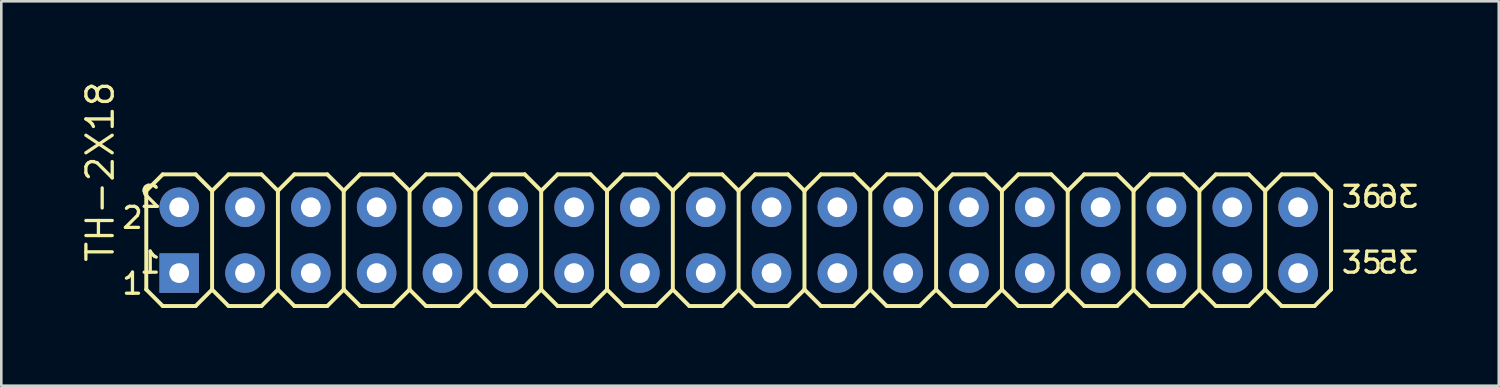
<source format=kicad_pcb>
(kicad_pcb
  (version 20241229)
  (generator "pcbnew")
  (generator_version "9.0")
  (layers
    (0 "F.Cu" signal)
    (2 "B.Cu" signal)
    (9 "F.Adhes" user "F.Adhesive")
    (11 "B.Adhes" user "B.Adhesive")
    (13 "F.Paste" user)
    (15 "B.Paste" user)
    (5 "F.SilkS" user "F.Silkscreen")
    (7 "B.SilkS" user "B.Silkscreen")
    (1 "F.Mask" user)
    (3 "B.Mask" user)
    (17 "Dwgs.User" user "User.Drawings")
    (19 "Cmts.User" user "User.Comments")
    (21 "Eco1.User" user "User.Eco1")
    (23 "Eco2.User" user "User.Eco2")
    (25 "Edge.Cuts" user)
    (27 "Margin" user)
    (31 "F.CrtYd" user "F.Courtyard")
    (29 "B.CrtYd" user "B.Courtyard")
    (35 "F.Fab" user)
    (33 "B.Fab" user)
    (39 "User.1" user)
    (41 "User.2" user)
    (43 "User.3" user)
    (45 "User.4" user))
  (footprint "TH-2X18"
    (layer "F.Cu")
    (at 25.455 6.219)
    (property "Reference" "TH-2X18" (at -24.638 -2.647 90) (layer "F.SilkS") (effects (font (size 1.016 1.016) (thickness 0.127))))
    (attr exclude_from_pos_files exclude_from_bom)
    (fp_line (start -22.86 -1.905) (end -22.225 -2.54) (stroke (width 0.152) (type solid)) (layer "F.SilkS"))
    (fp_line (start -22.86 1.905) (end -22.86 -1.905) (stroke (width 0.152) (type solid)) (layer "F.SilkS"))
    (fp_line (start -22.86 1.905) (end -22.225 2.54) (stroke (width 0.152) (type solid)) (layer "F.SilkS"))
    (fp_line (start -22.225 -2.54) (end -20.955 -2.54) (stroke (width 0.152) (type solid)) (layer "F.SilkS"))
    (fp_line (start -22.225 2.54) (end -20.955 2.54) (stroke (width 0.152) (type solid)) (layer "F.SilkS"))
    (fp_line (start -20.955 -2.54) (end -20.32 -1.905) (stroke (width 0.152) (type solid)) (layer "F.SilkS"))
    (fp_line (start -20.955 2.54) (end -20.32 1.905) (stroke (width 0.152) (type solid)) (layer "F.SilkS"))
    (fp_line (start -20.32 -1.905) (end -20.32 1.905) (stroke (width 0.152) (type solid)) (layer "F.SilkS"))
    (fp_line (start -20.32 -1.905) (end -19.685 -2.54) (stroke (width 0.152) (type solid)) (layer "F.SilkS"))
    (fp_line (start -20.32 1.905) (end -19.685 2.54) (stroke (width 0.152) (type solid)) (layer "F.SilkS"))
    (fp_line (start -19.685 -2.54) (end -18.415 -2.54) (stroke (width 0.152) (type solid)) (layer "F.SilkS"))
    (fp_line (start -19.685 2.54) (end -18.415 2.54) (stroke (width 0.152) (type solid)) (layer "F.SilkS"))
    (fp_line (start -18.415 -2.54) (end -17.78 -1.905) (stroke (width 0.152) (type solid)) (layer "F.SilkS"))
    (fp_line (start -18.415 2.54) (end -17.78 1.905) (stroke (width 0.152) (type solid)) (layer "F.SilkS"))
    (fp_line (start -17.78 -1.905) (end -17.78 1.905) (stroke (width 0.152) (type solid)) (layer "F.SilkS"))
    (fp_line (start -17.78 -1.905) (end -17.145 -2.54) (stroke (width 0.152) (type solid)) (layer "F.SilkS"))
    (fp_line (start -17.78 1.905) (end -17.145 2.54) (stroke (width 0.152) (type solid)) (layer "F.SilkS"))
    (fp_line (start -17.145 -2.54) (end -15.875 -2.54) (stroke (width 0.152) (type solid)) (layer "F.SilkS"))
    (fp_line (start -17.145 2.54) (end -15.875 2.54) (stroke (width 0.152) (type solid)) (layer "F.SilkS"))
    (fp_line (start -15.875 -2.54) (end -15.24 -1.905) (stroke (width 0.152) (type solid)) (layer "F.SilkS"))
    (fp_line (start -15.875 2.54) (end -15.24 1.905) (stroke (width 0.152) (type solid)) (layer "F.SilkS"))
    (fp_line (start -15.24 -1.905) (end -15.24 1.905) (stroke (width 0.152) (type solid)) (layer "F.SilkS"))
    (fp_line (start -15.24 -1.905) (end -14.605 -2.54) (stroke (width 0.152) (type solid)) (layer "F.SilkS"))
    (fp_line (start -15.24 1.905) (end -14.605 2.54) (stroke (width 0.152) (type solid)) (layer "F.SilkS"))
    (fp_line (start -14.605 -2.54) (end -13.335 -2.54) (stroke (width 0.152) (type solid)) (layer "F.SilkS"))
    (fp_line (start -14.605 2.54) (end -13.335 2.54) (stroke (width 0.152) (type solid)) (layer "F.SilkS"))
    (fp_line (start -13.335 -2.54) (end -12.7 -1.905) (stroke (width 0.152) (type solid)) (layer "F.SilkS"))
    (fp_line (start -13.335 2.54) (end -12.7 1.905) (stroke (width 0.152) (type solid)) (layer "F.SilkS"))
    (fp_line (start -12.7 -1.905) (end -12.7 1.905) (stroke (width 0.152) (type solid)) (layer "F.SilkS"))
    (fp_line (start -12.7 -1.905) (end -12.065 -2.54) (stroke (width 0.152) (type solid)) (layer "F.SilkS"))
    (fp_line (start -12.7 1.905) (end -12.065 2.54) (stroke (width 0.152) (type solid)) (layer "F.SilkS"))
    (fp_line (start -12.065 -2.54) (end -10.795 -2.54) (stroke (width 0.152) (type solid)) (layer "F.SilkS"))
    (fp_line (start -12.065 2.54) (end -10.795 2.54) (stroke (width 0.152) (type solid)) (layer "F.SilkS"))
    (fp_line (start -10.795 -2.54) (end -10.16 -1.905) (stroke (width 0.152) (type solid)) (layer "F.SilkS"))
    (fp_line (start -10.795 2.54) (end -10.16 1.905) (stroke (width 0.152) (type solid)) (layer "F.SilkS"))
    (fp_line (start -10.16 -1.905) (end -10.16 1.905) (stroke (width 0.152) (type solid)) (layer "F.SilkS"))
    (fp_line (start -10.16 -1.905) (end -9.525 -2.54) (stroke (width 0.152) (type solid)) (layer "F.SilkS"))
    (fp_line (start -10.16 1.905) (end -9.525 2.54) (stroke (width 0.152) (type solid)) (layer "F.SilkS"))
    (fp_line (start -9.525 -2.54) (end -8.255 -2.54) (stroke (width 0.152) (type solid)) (layer "F.SilkS"))
    (fp_line (start -9.525 2.54) (end -8.255 2.54) (stroke (width 0.152) (type solid)) (layer "F.SilkS"))
    (fp_line (start -8.255 -2.54) (end -7.62 -1.905) (stroke (width 0.152) (type solid)) (layer "F.SilkS"))
    (fp_line (start -8.255 2.54) (end -7.62 1.905) (stroke (width 0.152) (type solid)) (layer "F.SilkS"))
    (fp_line (start -7.62 -1.905) (end -7.62 1.905) (stroke (width 0.152) (type solid)) (layer "F.SilkS"))
    (fp_line (start -7.62 -1.905) (end -6.985 -2.54) (stroke (width 0.152) (type solid)) (layer "F.SilkS"))
    (fp_line (start -7.62 1.905) (end -6.985 2.54) (stroke (width 0.152) (type solid)) (layer "F.SilkS"))
    (fp_line (start -6.985 -2.54) (end -5.715 -2.54) (stroke (width 0.152) (type solid)) (layer "F.SilkS"))
    (fp_line (start -5.715 -2.54) (end -5.08 -1.905) (stroke (width 0.152) (type solid)) (layer "F.SilkS"))
    (fp_line (start -5.715 2.54) (end -6.985 2.54) (stroke (width 0.152) (type solid)) (layer "F.SilkS"))
    (fp_line (start -5.08 -1.905) (end -5.08 1.905) (stroke (width 0.152) (type solid)) (layer "F.SilkS"))
    (fp_line (start -5.08 -1.905) (end -4.445 -2.54) (stroke (width 0.152) (type solid)) (layer "F.SilkS"))
    (fp_line (start -5.08 1.905) (end -5.715 2.54) (stroke (width 0.152) (type solid)) (layer "F.SilkS"))
    (fp_line (start -5.08 1.905) (end -4.445 2.54) (stroke (width 0.152) (type solid)) (layer "F.SilkS"))
    (fp_line (start -4.445 -2.54) (end -3.175 -2.54) (stroke (width 0.152) (type solid)) (layer "F.SilkS"))
    (fp_line (start -3.175 -2.54) (end -2.54 -1.905) (stroke (width 0.152) (type solid)) (layer "F.SilkS"))
    (fp_line (start -3.175 2.54) (end -4.445 2.54) (stroke (width 0.152) (type solid)) (layer "F.SilkS"))
    (fp_line (start -2.54 -1.905) (end -2.54 1.905) (stroke (width 0.152) (type solid)) (layer "F.SilkS"))
    (fp_line (start -2.54 -1.905) (end -1.905 -2.54) (stroke (width 0.152) (type solid)) (layer "F.SilkS"))
    (fp_line (start -2.54 1.905) (end -3.175 2.54) (stroke (width 0.152) (type solid)) (layer "F.SilkS"))
    (fp_line (start -2.54 1.905) (end -1.905 2.54) (stroke (width 0.152) (type solid)) (layer "F.SilkS"))
    (fp_line (start -1.905 -2.54) (end -0.635 -2.54) (stroke (width 0.152) (type solid)) (layer "F.SilkS"))
    (fp_line (start -0.635 -2.54) (end 0 -1.905) (stroke (width 0.152) (type solid)) (layer "F.SilkS"))
    (fp_line (start -0.635 2.54) (end -1.905 2.54) (stroke (width 0.152) (type solid)) (layer "F.SilkS"))
    (fp_line (start 0 -1.905) (end 0 1.905) (stroke (width 0.152) (type solid)) (layer "F.SilkS"))
    (fp_line (start 0 -1.905) (end 0.635 -2.54) (stroke (width 0.152) (type solid)) (layer "F.SilkS"))
    (fp_line (start 0 1.905) (end -0.635 2.54) (stroke (width 0.152) (type solid)) (layer "F.SilkS"))
    (fp_line (start 0 1.905) (end 0.635 2.54) (stroke (width 0.152) (type solid)) (layer "F.SilkS"))
    (fp_line (start 0.635 -2.54) (end 1.905 -2.54) (stroke (width 0.152) (type solid)) (layer "F.SilkS"))
    (fp_line (start 1.905 -2.54) (end 2.54 -1.905) (stroke (width 0.152) (type solid)) (layer "F.SilkS"))
    (fp_line (start 1.905 2.54) (end 0.635 2.54) (stroke (width 0.152) (type solid)) (layer "F.SilkS"))
    (fp_line (start 2.54 -1.905) (end 2.54 1.905) (stroke (width 0.152) (type solid)) (layer "F.SilkS"))
    (fp_line (start 2.54 -1.905) (end 3.175 -2.54) (stroke (width 0.152) (type solid)) (layer "F.SilkS"))
    (fp_line (start 2.54 1.905) (end 1.905 2.54) (stroke (width 0.152) (type solid)) (layer "F.SilkS"))
    (fp_line (start 2.54 1.905) (end 3.175 2.54) (stroke (width 0.152) (type solid)) (layer "F.SilkS"))
    (fp_line (start 3.175 -2.54) (end 4.445 -2.54) (stroke (width 0.152) (type solid)) (layer "F.SilkS"))
    (fp_line (start 4.445 -2.54) (end 5.08 -1.905) (stroke (width 0.152) (type solid)) (layer "F.SilkS"))
    (fp_line (start 4.445 2.54) (end 3.175 2.54) (stroke (width 0.152) (type solid)) (layer "F.SilkS"))
    (fp_line (start 5.08 -1.905) (end 5.08 1.905) (stroke (width 0.152) (type solid)) (layer "F.SilkS"))
    (fp_line (start 5.08 -1.905) (end 5.715 -2.54) (stroke (width 0.152) (type solid)) (layer "F.SilkS"))
    (fp_line (start 5.08 1.905) (end 4.445 2.54) (stroke (width 0.152) (type solid)) (layer "F.SilkS"))
    (fp_line (start 5.08 1.905) (end 5.715 2.54) (stroke (width 0.152) (type solid)) (layer "F.SilkS"))
    (fp_line (start 5.715 -2.54) (end 6.985 -2.54) (stroke (width 0.152) (type solid)) (layer "F.SilkS"))
    (fp_line (start 6.985 2.54) (end 5.715 2.54) (stroke (width 0.152) (type solid)) (layer "F.SilkS"))
    (fp_line (start 7.62 -1.905) (end 6.985 -2.54) (stroke (width 0.152) (type solid)) (layer "F.SilkS"))
    (fp_line (start 7.62 -1.905) (end 7.62 1.905) (stroke (width 0.152) (type solid)) (layer "F.SilkS"))
    (fp_line (start 7.62 -1.905) (end 8.255 -2.54) (stroke (width 0.152) (type solid)) (layer "F.SilkS"))
    (fp_line (start 7.62 1.905) (end 6.985 2.54) (stroke (width 0.152) (type solid)) (layer "F.SilkS"))
    (fp_line (start 7.62 1.905) (end 8.255 2.54) (stroke (width 0.152) (type solid)) (layer "F.SilkS"))
    (fp_line (start 9.525 -2.54) (end 8.255 -2.54) (stroke (width 0.152) (type solid)) (layer "F.SilkS"))
    (fp_line (start 9.525 -2.54) (end 10.16 -1.905) (stroke (width 0.152) (type solid)) (layer "F.SilkS"))
    (fp_line (start 9.525 2.54) (end 8.255 2.54) (stroke (width 0.152) (type solid)) (layer "F.SilkS"))
    (fp_line (start 10.16 -1.905) (end 10.16 1.905) (stroke (width 0.152) (type solid)) (layer "F.SilkS"))
    (fp_line (start 10.16 -1.905) (end 10.795 -2.54) (stroke (width 0.152) (type solid)) (layer "F.SilkS"))
    (fp_line (start 10.16 1.905) (end 9.525 2.54) (stroke (width 0.152) (type solid)) (layer "F.SilkS"))
    (fp_line (start 10.16 1.905) (end 10.795 2.54) (stroke (width 0.152) (type solid)) (layer "F.SilkS"))
    (fp_line (start 12.065 -2.54) (end 10.795 -2.54) (stroke (width 0.152) (type solid)) (layer "F.SilkS"))
    (fp_line (start 12.065 -2.54) (end 12.7 -1.905) (stroke (width 0.152) (type solid)) (layer "F.SilkS"))
    (fp_line (start 12.065 2.54) (end 10.795 2.54) (stroke (width 0.152) (type solid)) (layer "F.SilkS"))
    (fp_line (start 12.7 -1.905) (end 12.7 1.905) (stroke (width 0.152) (type solid)) (layer "F.SilkS"))
    (fp_line (start 12.7 -1.905) (end 13.335 -2.54) (stroke (width 0.152) (type solid)) (layer "F.SilkS"))
    (fp_line (start 12.7 1.905) (end 12.065 2.54) (stroke (width 0.152) (type solid)) (layer "F.SilkS"))
    (fp_line (start 13.335 2.54) (end 12.7 1.905) (stroke (width 0.152) (type solid)) (layer "F.SilkS"))
    (fp_line (start 13.335 2.54) (end 14.605 2.54) (stroke (width 0.152) (type solid)) (layer "F.SilkS"))
    (fp_line (start 14.605 -2.54) (end 13.335 -2.54) (stroke (width 0.152) (type solid)) (layer "F.SilkS"))
    (fp_line (start 14.605 -2.54) (end 15.24 -1.905) (stroke (width 0.152) (type solid)) (layer "F.SilkS"))
    (fp_line (start 15.24 -1.905) (end 15.24 1.905) (stroke (width 0.152) (type solid)) (layer "F.SilkS"))
    (fp_line (start 15.24 -1.905) (end 15.875 -2.54) (stroke (width 0.152) (type solid)) (layer "F.SilkS"))
    (fp_line (start 15.24 1.905) (end 14.605 2.54) (stroke (width 0.152) (type solid)) (layer "F.SilkS"))
    (fp_line (start 15.875 2.54) (end 15.24 1.905) (stroke (width 0.152) (type solid)) (layer "F.SilkS"))
    (fp_line (start 15.875 2.54) (end 17.145 2.54) (stroke (width 0.152) (type solid)) (layer "F.SilkS"))
    (fp_line (start 17.145 -2.54) (end 15.875 -2.54) (stroke (width 0.152) (type solid)) (layer "F.SilkS"))
    (fp_line (start 17.145 -2.54) (end 17.78 -1.905) (stroke (width 0.152) (type solid)) (layer "F.SilkS"))
    (fp_line (start 17.78 -1.905) (end 17.78 1.905) (stroke (width 0.152) (type solid)) (layer "F.SilkS"))
    (fp_line (start 17.78 -1.905) (end 18.415 -2.54) (stroke (width 0.152) (type solid)) (layer "F.SilkS"))
    (fp_line (start 17.78 1.905) (end 17.145 2.54) (stroke (width 0.152) (type solid)) (layer "F.SilkS"))
    (fp_line (start 17.78 1.905) (end 18.415 2.54) (stroke (width 0.152) (type solid)) (layer "F.SilkS"))
    (fp_line (start 19.685 -2.54) (end 18.415 -2.54) (stroke (width 0.152) (type solid)) (layer "F.SilkS"))
    (fp_line (start 19.685 -2.54) (end 20.32 -1.905) (stroke (width 0.152) (type solid)) (layer "F.SilkS"))
    (fp_line (start 19.685 2.54) (end 18.415 2.54) (stroke (width 0.152) (type solid)) (layer "F.SilkS"))
    (fp_line (start 20.32 -1.905) (end 20.32 1.905) (stroke (width 0.152) (type solid)) (layer "F.SilkS"))
    (fp_line (start 20.32 -1.905) (end 20.955 -2.54) (stroke (width 0.152) (type solid)) (layer "F.SilkS"))
    (fp_line (start 20.32 1.905) (end 19.685 2.54) (stroke (width 0.152) (type solid)) (layer "F.SilkS"))
    (fp_line (start 20.32 1.905) (end 20.955 2.54) (stroke (width 0.152) (type solid)) (layer "F.SilkS"))
    (fp_line (start 22.225 -2.54) (end 20.955 -2.54) (stroke (width 0.152) (type solid)) (layer "F.SilkS"))
    (fp_line (start 22.225 -2.54) (end 22.86 -1.905) (stroke (width 0.152) (type solid)) (layer "F.SilkS"))
    (fp_line (start 22.225 2.54) (end 20.955 2.54) (stroke (width 0.152) (type solid)) (layer "F.SilkS"))
    (fp_line (start 22.86 -1.905) (end 22.86 1.905) (stroke (width 0.152) (type solid)) (layer "F.SilkS"))
    (fp_line (start 22.86 1.905) (end 22.225 2.54) (stroke (width 0.152) (type solid)) (layer "F.SilkS"))
    (fp_line (start -21.844 -1.524) (end -21.336 -1.524) (stroke (width 0.066) (type solid)) (layer "Dwgs.User"))
    (fp_line (start -21.844 -1.016) (end -21.844 -1.524) (stroke (width 0.066) (type solid)) (layer "Dwgs.User"))
    (fp_line (start -21.844 -1.016) (end -21.336 -1.016) (stroke (width 0.066) (type solid)) (layer "Dwgs.User"))
    (fp_line (start -21.844 1.016) (end -21.336 1.016) (stroke (width 0.066) (type solid)) (layer "Dwgs.User"))
    (fp_line (start -21.844 1.524) (end -21.844 1.016) (stroke (width 0.066) (type solid)) (layer "Dwgs.User"))
    (fp_line (start -21.844 1.524) (end -21.336 1.524) (stroke (width 0.066) (type solid)) (layer "Dwgs.User"))
    (fp_line (start -21.336 -1.016) (end -21.336 -1.524) (stroke (width 0.066) (type solid)) (layer "Dwgs.User"))
    (fp_line (start -21.336 1.524) (end -21.336 1.016) (stroke (width 0.066) (type solid)) (layer "Dwgs.User"))
    (fp_line (start -19.304 -1.524) (end -18.796 -1.524) (stroke (width 0.066) (type solid)) (layer "Dwgs.User"))
    (fp_line (start -19.304 -1.016) (end -19.304 -1.524) (stroke (width 0.066) (type solid)) (layer "Dwgs.User"))
    (fp_line (start -19.304 -1.016) (end -18.796 -1.016) (stroke (width 0.066) (type solid)) (layer "Dwgs.User"))
    (fp_line (start -19.304 1.016) (end -18.796 1.016) (stroke (width 0.066) (type solid)) (layer "Dwgs.User"))
    (fp_line (start -19.304 1.524) (end -19.304 1.016) (stroke (width 0.066) (type solid)) (layer "Dwgs.User"))
    (fp_line (start -19.304 1.524) (end -18.796 1.524) (stroke (width 0.066) (type solid)) (layer "Dwgs.User"))
    (fp_line (start -18.796 -1.016) (end -18.796 -1.524) (stroke (width 0.066) (type solid)) (layer "Dwgs.User"))
    (fp_line (start -18.796 1.524) (end -18.796 1.016) (stroke (width 0.066) (type solid)) (layer "Dwgs.User"))
    (fp_line (start -16.764 -1.524) (end -16.256 -1.524) (stroke (width 0.066) (type solid)) (layer "Dwgs.User"))
    (fp_line (start -16.764 -1.016) (end -16.764 -1.524) (stroke (width 0.066) (type solid)) (layer "Dwgs.User"))
    (fp_line (start -16.764 -1.016) (end -16.256 -1.016) (stroke (width 0.066) (type solid)) (layer "Dwgs.User"))
    (fp_line (start -16.764 1.016) (end -16.256 1.016) (stroke (width 0.066) (type solid)) (layer "Dwgs.User"))
    (fp_line (start -16.764 1.524) (end -16.764 1.016) (stroke (width 0.066) (type solid)) (layer "Dwgs.User"))
    (fp_line (start -16.764 1.524) (end -16.256 1.524) (stroke (width 0.066) (type solid)) (layer "Dwgs.User"))
    (fp_line (start -16.256 -1.016) (end -16.256 -1.524) (stroke (width 0.066) (type solid)) (layer "Dwgs.User"))
    (fp_line (start -16.256 1.524) (end -16.256 1.016) (stroke (width 0.066) (type solid)) (layer "Dwgs.User"))
    (fp_line (start -14.224 -1.524) (end -13.716 -1.524) (stroke (width 0.066) (type solid)) (layer "Dwgs.User"))
    (fp_line (start -14.224 -1.016) (end -14.224 -1.524) (stroke (width 0.066) (type solid)) (layer "Dwgs.User"))
    (fp_line (start -14.224 -1.016) (end -13.716 -1.016) (stroke (width 0.066) (type solid)) (layer "Dwgs.User"))
    (fp_line (start -14.224 1.016) (end -13.716 1.016) (stroke (width 0.066) (type solid)) (layer "Dwgs.User"))
    (fp_line (start -14.224 1.524) (end -14.224 1.016) (stroke (width 0.066) (type solid)) (layer "Dwgs.User"))
    (fp_line (start -14.224 1.524) (end -13.716 1.524) (stroke (width 0.066) (type solid)) (layer "Dwgs.User"))
    (fp_line (start -13.716 -1.016) (end -13.716 -1.524) (stroke (width 0.066) (type solid)) (layer "Dwgs.User"))
    (fp_line (start -13.716 1.524) (end -13.716 1.016) (stroke (width 0.066) (type solid)) (layer "Dwgs.User"))
    (fp_line (start -11.684 -1.524) (end -11.176 -1.524) (stroke (width 0.066) (type solid)) (layer "Dwgs.User"))
    (fp_line (start -11.684 -1.016) (end -11.684 -1.524) (stroke (width 0.066) (type solid)) (layer "Dwgs.User"))
    (fp_line (start -11.684 -1.016) (end -11.176 -1.016) (stroke (width 0.066) (type solid)) (layer "Dwgs.User"))
    (fp_line (start -11.684 1.016) (end -11.176 1.016) (stroke (width 0.066) (type solid)) (layer "Dwgs.User"))
    (fp_line (start -11.684 1.524) (end -11.684 1.016) (stroke (width 0.066) (type solid)) (layer "Dwgs.User"))
    (fp_line (start -11.684 1.524) (end -11.176 1.524) (stroke (width 0.066) (type solid)) (layer "Dwgs.User"))
    (fp_line (start -11.176 -1.016) (end -11.176 -1.524) (stroke (width 0.066) (type solid)) (layer "Dwgs.User"))
    (fp_line (start -11.176 1.524) (end -11.176 1.016) (stroke (width 0.066) (type solid)) (layer "Dwgs.User"))
    (fp_line (start -9.144 -1.524) (end -8.636 -1.524) (stroke (width 0.066) (type solid)) (layer "Dwgs.User"))
    (fp_line (start -9.144 -1.016) (end -9.144 -1.524) (stroke (width 0.066) (type solid)) (layer "Dwgs.User"))
    (fp_line (start -9.144 -1.016) (end -8.636 -1.016) (stroke (width 0.066) (type solid)) (layer "Dwgs.User"))
    (fp_line (start -9.144 1.016) (end -8.636 1.016) (stroke (width 0.066) (type solid)) (layer "Dwgs.User"))
    (fp_line (start -9.144 1.524) (end -9.144 1.016) (stroke (width 0.066) (type solid)) (layer "Dwgs.User"))
    (fp_line (start -9.144 1.524) (end -8.636 1.524) (stroke (width 0.066) (type solid)) (layer "Dwgs.User"))
    (fp_line (start -8.636 -1.016) (end -8.636 -1.524) (stroke (width 0.066) (type solid)) (layer "Dwgs.User"))
    (fp_line (start -8.636 1.524) (end -8.636 1.016) (stroke (width 0.066) (type solid)) (layer "Dwgs.User"))
    (fp_line (start -6.604 -1.524) (end -6.096 -1.524) (stroke (width 0.066) (type solid)) (layer "Dwgs.User"))
    (fp_line (start -6.604 -1.016) (end -6.604 -1.524) (stroke (width 0.066) (type solid)) (layer "Dwgs.User"))
    (fp_line (start -6.604 -1.016) (end -6.096 -1.016) (stroke (width 0.066) (type solid)) (layer "Dwgs.User"))
    (fp_line (start -6.604 1.016) (end -6.096 1.016) (stroke (width 0.066) (type solid)) (layer "Dwgs.User"))
    (fp_line (start -6.604 1.524) (end -6.604 1.016) (stroke (width 0.066) (type solid)) (layer "Dwgs.User"))
    (fp_line (start -6.604 1.524) (end -6.096 1.524) (stroke (width 0.066) (type solid)) (layer "Dwgs.User"))
    (fp_line (start -6.096 -1.016) (end -6.096 -1.524) (stroke (width 0.066) (type solid)) (layer "Dwgs.User"))
    (fp_line (start -6.096 1.524) (end -6.096 1.016) (stroke (width 0.066) (type solid)) (layer "Dwgs.User"))
    (fp_line (start -4.064 -1.524) (end -3.556 -1.524) (stroke (width 0.066) (type solid)) (layer "Dwgs.User"))
    (fp_line (start -4.064 -1.016) (end -4.064 -1.524) (stroke (width 0.066) (type solid)) (layer "Dwgs.User"))
    (fp_line (start -4.064 -1.016) (end -3.556 -1.016) (stroke (width 0.066) (type solid)) (layer "Dwgs.User"))
    (fp_line (start -4.064 1.016) (end -3.556 1.016) (stroke (width 0.066) (type solid)) (layer "Dwgs.User"))
    (fp_line (start -4.064 1.524) (end -4.064 1.016) (stroke (width 0.066) (type solid)) (layer "Dwgs.User"))
    (fp_line (start -4.064 1.524) (end -3.556 1.524) (stroke (width 0.066) (type solid)) (layer "Dwgs.User"))
    (fp_line (start -3.556 -1.016) (end -3.556 -1.524) (stroke (width 0.066) (type solid)) (layer "Dwgs.User"))
    (fp_line (start -3.556 1.524) (end -3.556 1.016) (stroke (width 0.066) (type solid)) (layer "Dwgs.User"))
    (fp_line (start -1.524 -1.524) (end -1.016 -1.524) (stroke (width 0.066) (type solid)) (layer "Dwgs.User"))
    (fp_line (start -1.524 -1.016) (end -1.524 -1.524) (stroke (width 0.066) (type solid)) (layer "Dwgs.User"))
    (fp_line (start -1.524 -1.016) (end -1.016 -1.016) (stroke (width 0.066) (type solid)) (layer "Dwgs.User"))
    (fp_line (start -1.524 1.016) (end -1.016 1.016) (stroke (width 0.066) (type solid)) (layer "Dwgs.User"))
    (fp_line (start -1.524 1.524) (end -1.524 1.016) (stroke (width 0.066) (type solid)) (layer "Dwgs.User"))
    (fp_line (start -1.524 1.524) (end -1.016 1.524) (stroke (width 0.066) (type solid)) (layer "Dwgs.User"))
    (fp_line (start -1.016 -1.016) (end -1.016 -1.524) (stroke (width 0.066) (type solid)) (layer "Dwgs.User"))
    (fp_line (start -1.016 1.524) (end -1.016 1.016) (stroke (width 0.066) (type solid)) (layer "Dwgs.User"))
    (fp_line (start 1.016 -1.524) (end 1.524 -1.524) (stroke (width 0.066) (type solid)) (layer "Dwgs.User"))
    (fp_line (start 1.016 -1.016) (end 1.016 -1.524) (stroke (width 0.066) (type solid)) (layer "Dwgs.User"))
    (fp_line (start 1.016 -1.016) (end 1.524 -1.016) (stroke (width 0.066) (type solid)) (layer "Dwgs.User"))
    (fp_line (start 1.016 1.016) (end 1.524 1.016) (stroke (width 0.066) (type solid)) (layer "Dwgs.User"))
    (fp_line (start 1.016 1.524) (end 1.016 1.016) (stroke (width 0.066) (type solid)) (layer "Dwgs.User"))
    (fp_line (start 1.016 1.524) (end 1.524 1.524) (stroke (width 0.066) (type solid)) (layer "Dwgs.User"))
    (fp_line (start 1.524 -1.016) (end 1.524 -1.524) (stroke (width 0.066) (type solid)) (layer "Dwgs.User"))
    (fp_line (start 1.524 1.524) (end 1.524 1.016) (stroke (width 0.066) (type solid)) (layer "Dwgs.User"))
    (fp_line (start 3.556 -1.524) (end 4.064 -1.524) (stroke (width 0.066) (type solid)) (layer "Dwgs.User"))
    (fp_line (start 3.556 -1.016) (end 3.556 -1.524) (stroke (width 0.066) (type solid)) (layer "Dwgs.User"))
    (fp_line (start 3.556 -1.016) (end 4.064 -1.016) (stroke (width 0.066) (type solid)) (layer "Dwgs.User"))
    (fp_line (start 3.556 1.016) (end 4.064 1.016) (stroke (width 0.066) (type solid)) (layer "Dwgs.User"))
    (fp_line (start 3.556 1.524) (end 3.556 1.016) (stroke (width 0.066) (type solid)) (layer "Dwgs.User"))
    (fp_line (start 3.556 1.524) (end 4.064 1.524) (stroke (width 0.066) (type solid)) (layer "Dwgs.User"))
    (fp_line (start 4.064 -1.016) (end 4.064 -1.524) (stroke (width 0.066) (type solid)) (layer "Dwgs.User"))
    (fp_line (start 4.064 1.524) (end 4.064 1.016) (stroke (width 0.066) (type solid)) (layer "Dwgs.User"))
    (fp_line (start 6.096 -1.524) (end 6.604 -1.524) (stroke (width 0.066) (type solid)) (layer "Dwgs.User"))
    (fp_line (start 6.096 -1.016) (end 6.096 -1.524) (stroke (width 0.066) (type solid)) (layer "Dwgs.User"))
    (fp_line (start 6.096 -1.016) (end 6.604 -1.016) (stroke (width 0.066) (type solid)) (layer "Dwgs.User"))
    (fp_line (start 6.096 1.016) (end 6.604 1.016) (stroke (width 0.066) (type solid)) (layer "Dwgs.User"))
    (fp_line (start 6.096 1.524) (end 6.096 1.016) (stroke (width 0.066) (type solid)) (layer "Dwgs.User"))
    (fp_line (start 6.096 1.524) (end 6.604 1.524) (stroke (width 0.066) (type solid)) (layer "Dwgs.User"))
    (fp_line (start 6.604 -1.016) (end 6.604 -1.524) (stroke (width 0.066) (type solid)) (layer "Dwgs.User"))
    (fp_line (start 6.604 1.524) (end 6.604 1.016) (stroke (width 0.066) (type solid)) (layer "Dwgs.User"))
    (fp_line (start 8.636 -1.524) (end 9.144 -1.524) (stroke (width 0.066) (type solid)) (layer "Dwgs.User"))
    (fp_line (start 8.636 -1.016) (end 8.636 -1.524) (stroke (width 0.066) (type solid)) (layer "Dwgs.User"))
    (fp_line (start 8.636 -1.016) (end 9.144 -1.016) (stroke (width 0.066) (type solid)) (layer "Dwgs.User"))
    (fp_line (start 8.636 1.016) (end 9.144 1.016) (stroke (width 0.066) (type solid)) (layer "Dwgs.User"))
    (fp_line (start 8.636 1.524) (end 8.636 1.016) (stroke (width 0.066) (type solid)) (layer "Dwgs.User"))
    (fp_line (start 8.636 1.524) (end 9.144 1.524) (stroke (width 0.066) (type solid)) (layer "Dwgs.User"))
    (fp_line (start 9.144 -1.016) (end 9.144 -1.524) (stroke (width 0.066) (type solid)) (layer "Dwgs.User"))
    (fp_line (start 9.144 1.524) (end 9.144 1.016) (stroke (width 0.066) (type solid)) (layer "Dwgs.User"))
    (fp_line (start 11.176 -1.524) (end 11.684 -1.524) (stroke (width 0.066) (type solid)) (layer "Dwgs.User"))
    (fp_line (start 11.176 -1.016) (end 11.176 -1.524) (stroke (width 0.066) (type solid)) (layer "Dwgs.User"))
    (fp_line (start 11.176 -1.016) (end 11.684 -1.016) (stroke (width 0.066) (type solid)) (layer "Dwgs.User"))
    (fp_line (start 11.176 1.016) (end 11.684 1.016) (stroke (width 0.066) (type solid)) (layer "Dwgs.User"))
    (fp_line (start 11.176 1.524) (end 11.176 1.016) (stroke (width 0.066) (type solid)) (layer "Dwgs.User"))
    (fp_line (start 11.176 1.524) (end 11.684 1.524) (stroke (width 0.066) (type solid)) (layer "Dwgs.User"))
    (fp_line (start 11.684 -1.016) (end 11.684 -1.524) (stroke (width 0.066) (type solid)) (layer "Dwgs.User"))
    (fp_line (start 11.684 1.524) (end 11.684 1.016) (stroke (width 0.066) (type solid)) (layer "Dwgs.User"))
    (fp_line (start 13.716 -1.524) (end 14.224 -1.524) (stroke (width 0.066) (type solid)) (layer "Dwgs.User"))
    (fp_line (start 13.716 -1.016) (end 13.716 -1.524) (stroke (width 0.066) (type solid)) (layer "Dwgs.User"))
    (fp_line (start 13.716 -1.016) (end 14.224 -1.016) (stroke (width 0.066) (type solid)) (layer "Dwgs.User"))
    (fp_line (start 13.716 1.016) (end 14.224 1.016) (stroke (width 0.066) (type solid)) (layer "Dwgs.User"))
    (fp_line (start 13.716 1.524) (end 13.716 1.016) (stroke (width 0.066) (type solid)) (layer "Dwgs.User"))
    (fp_line (start 13.716 1.524) (end 14.224 1.524) (stroke (width 0.066) (type solid)) (layer "Dwgs.User"))
    (fp_line (start 14.224 -1.016) (end 14.224 -1.524) (stroke (width 0.066) (type solid)) (layer "Dwgs.User"))
    (fp_line (start 14.224 1.524) (end 14.224 1.016) (stroke (width 0.066) (type solid)) (layer "Dwgs.User"))
    (fp_line (start 16.256 -1.524) (end 16.764 -1.524) (stroke (width 0.066) (type solid)) (layer "Dwgs.User"))
    (fp_line (start 16.256 -1.016) (end 16.256 -1.524) (stroke (width 0.066) (type solid)) (layer "Dwgs.User"))
    (fp_line (start 16.256 -1.016) (end 16.764 -1.016) (stroke (width 0.066) (type solid)) (layer "Dwgs.User"))
    (fp_line (start 16.256 1.016) (end 16.764 1.016) (stroke (width 0.066) (type solid)) (layer "Dwgs.User"))
    (fp_line (start 16.256 1.524) (end 16.256 1.016) (stroke (width 0.066) (type solid)) (layer "Dwgs.User"))
    (fp_line (start 16.256 1.524) (end 16.764 1.524) (stroke (width 0.066) (type solid)) (layer "Dwgs.User"))
    (fp_line (start 16.764 -1.016) (end 16.764 -1.524) (stroke (width 0.066) (type solid)) (layer "Dwgs.User"))
    (fp_line (start 16.764 1.524) (end 16.764 1.016) (stroke (width 0.066) (type solid)) (layer "Dwgs.User"))
    (fp_line (start 18.796 -1.524) (end 19.304 -1.524) (stroke (width 0.066) (type solid)) (layer "Dwgs.User"))
    (fp_line (start 18.796 -1.016) (end 18.796 -1.524) (stroke (width 0.066) (type solid)) (layer "Dwgs.User"))
    (fp_line (start 18.796 -1.016) (end 19.304 -1.016) (stroke (width 0.066) (type solid)) (layer "Dwgs.User"))
    (fp_line (start 18.796 1.016) (end 19.304 1.016) (stroke (width 0.066) (type solid)) (layer "Dwgs.User"))
    (fp_line (start 18.796 1.524) (end 18.796 1.016) (stroke (width 0.066) (type solid)) (layer "Dwgs.User"))
    (fp_line (start 18.796 1.524) (end 19.304 1.524) (stroke (width 0.066) (type solid)) (layer "Dwgs.User"))
    (fp_line (start 19.304 -1.016) (end 19.304 -1.524) (stroke (width 0.066) (type solid)) (layer "Dwgs.User"))
    (fp_line (start 19.304 1.524) (end 19.304 1.016) (stroke (width 0.066) (type solid)) (layer "Dwgs.User"))
    (fp_line (start 21.336 -1.524) (end 21.844 -1.524) (stroke (width 0.066) (type solid)) (layer "Dwgs.User"))
    (fp_line (start 21.336 -1.016) (end 21.336 -1.524) (stroke (width 0.066) (type solid)) (layer "Dwgs.User"))
    (fp_line (start 21.336 -1.016) (end 21.844 -1.016) (stroke (width 0.066) (type solid)) (layer "Dwgs.User"))
    (fp_line (start 21.336 1.016) (end 21.844 1.016) (stroke (width 0.066) (type solid)) (layer "Dwgs.User"))
    (fp_line (start 21.336 1.524) (end 21.336 1.016) (stroke (width 0.066) (type solid)) (layer "Dwgs.User"))
    (fp_line (start 21.336 1.524) (end 21.844 1.524) (stroke (width 0.066) (type solid)) (layer "Dwgs.User"))
    (fp_line (start 21.844 -1.016) (end 21.844 -1.524) (stroke (width 0.066) (type solid)) (layer "Dwgs.User"))
    (fp_line (start 21.844 1.524) (end 21.844 1.016) (stroke (width 0.066) (type solid)) (layer "Dwgs.User"))
    (fp_text user "2" (at -22.708 -1.676 0) (layer "F.SilkS") (effects (font (size 0.813 0.813) (thickness 0.127)) (justify mirror)))
    (fp_text user "35" (at 24.054 0.864 0) (layer "F.SilkS") (effects (font (size 0.813 0.813) (thickness 0.127))))
    (fp_text user "2" (at -23.393 -0.864 180) (layer "F.SilkS") (effects (font (size 0.813 0.813) (thickness 0.127))))
    (fp_text user "35" (at 25.451 0.864 0) (layer "F.SilkS") (effects (font (size 0.813 0.813) (thickness 0.127)) (justify mirror)))
    (fp_text user "1" (at -23.393 1.676 180) (layer "F.SilkS") (effects (font (size 0.813 0.813) (thickness 0.127))))
    (fp_text user "1" (at -22.708 0.864 0) (layer "F.SilkS") (effects (font (size 0.813 0.813) (thickness 0.127)) (justify mirror)))
    (fp_text user "36" (at 25.451 -1.676 0) (layer "F.SilkS") (effects (font (size 0.813 0.813) (thickness 0.127)) (justify mirror)))
    (fp_text user "36" (at 24.054 -1.676 0) (layer "F.SilkS") (effects (font (size 0.813 0.813) (thickness 0.127))))
    (pad "1" thru_hole rect (at -21.59 1.27) (size 1.524 1.524) (drill 0.762) (layers "*.Cu" "*.Paste" "*.Mask"))
    (pad "2" thru_hole circle (at -21.59 -1.27) (size 1.524 1.524) (drill 0.762) (layers "*.Cu" "*.Paste" "*.Mask"))
    (pad "3" thru_hole circle (at -19.05 1.27) (size 1.524 1.524) (drill 0.762) (layers "*.Cu" "*.Paste" "*.Mask"))
    (pad "4" thru_hole circle (at -19.05 -1.27) (size 1.524 1.524) (drill 0.762) (layers "*.Cu" "*.Paste" "*.Mask"))
    (pad "5" thru_hole circle (at -16.51 1.27) (size 1.524 1.524) (drill 0.762) (layers "*.Cu" "*.Paste" "*.Mask"))
    (pad "6" thru_hole circle (at -16.51 -1.27) (size 1.524 1.524) (drill 0.762) (layers "*.Cu" "*.Paste" "*.Mask"))
    (pad "7" thru_hole circle (at -13.97 1.27) (size 1.524 1.524) (drill 0.762) (layers "*.Cu" "*.Paste" "*.Mask"))
    (pad "8" thru_hole circle (at -13.97 -1.27) (size 1.524 1.524) (drill 0.762) (layers "*.Cu" "*.Paste" "*.Mask"))
    (pad "9" thru_hole circle (at -11.43 1.27) (size 1.524 1.524) (drill 0.762) (layers "*.Cu" "*.Paste" "*.Mask"))
    (pad "10" thru_hole circle (at -11.43 -1.27) (size 1.524 1.524) (drill 0.762) (layers "*.Cu" "*.Paste" "*.Mask"))
    (pad "11" thru_hole circle (at -8.89 1.27) (size 1.524 1.524) (drill 0.762) (layers "*.Cu" "*.Paste" "*.Mask"))
    (pad "12" thru_hole circle (at -8.89 -1.27) (size 1.524 1.524) (drill 0.762) (layers "*.Cu" "*.Paste" "*.Mask"))
    (pad "13" thru_hole circle (at -6.35 1.27) (size 1.524 1.524) (drill 0.762) (layers "*.Cu" "*.Paste" "*.Mask"))
    (pad "14" thru_hole circle (at -6.35 -1.27) (size 1.524 1.524) (drill 0.762) (layers "*.Cu" "*.Paste" "*.Mask"))
    (pad "15" thru_hole circle (at -3.81 1.27) (size 1.524 1.524) (drill 0.762) (layers "*.Cu" "*.Paste" "*.Mask"))
    (pad "16" thru_hole circle (at -3.81 -1.27) (size 1.524 1.524) (drill 0.762) (layers "*.Cu" "*.Paste" "*.Mask"))
    (pad "17" thru_hole circle (at -1.27 1.27) (size 1.524 1.524) (drill 0.762) (layers "*.Cu" "*.Paste" "*.Mask"))
    (pad "18" thru_hole circle (at -1.27 -1.27) (size 1.524 1.524) (drill 0.762) (layers "*.Cu" "*.Paste" "*.Mask"))
    (pad "19" thru_hole circle (at 1.27 1.27) (size 1.524 1.524) (drill 0.762) (layers "*.Cu" "*.Paste" "*.Mask"))
    (pad "20" thru_hole circle (at 1.27 -1.27) (size 1.524 1.524) (drill 0.762) (layers "*.Cu" "*.Paste" "*.Mask"))
    (pad "21" thru_hole circle (at 3.81 1.27) (size 1.524 1.524) (drill 0.762) (layers "*.Cu" "*.Paste" "*.Mask"))
    (pad "22" thru_hole circle (at 3.81 -1.27) (size 1.524 1.524) (drill 0.762) (layers "*.Cu" "*.Paste" "*.Mask"))
    (pad "23" thru_hole circle (at 6.35 1.27) (size 1.524 1.524) (drill 0.762) (layers "*.Cu" "*.Paste" "*.Mask"))
    (pad "24" thru_hole circle (at 6.35 -1.27) (size 1.524 1.524) (drill 0.762) (layers "*.Cu" "*.Paste" "*.Mask"))
    (pad "25" thru_hole circle (at 8.89 1.27) (size 1.524 1.524) (drill 0.762) (layers "*.Cu" "*.Paste" "*.Mask"))
    (pad "26" thru_hole circle (at 8.89 -1.27) (size 1.524 1.524) (drill 0.762) (layers "*.Cu" "*.Paste" "*.Mask"))
    (pad "27" thru_hole circle (at 11.43 1.27) (size 1.524 1.524) (drill 0.762) (layers "*.Cu" "*.Paste" "*.Mask"))
    (pad "28" thru_hole circle (at 11.43 -1.27) (size 1.524 1.524) (drill 0.762) (layers "*.Cu" "*.Paste" "*.Mask"))
    (pad "29" thru_hole circle (at 13.97 1.27) (size 1.524 1.524) (drill 0.762) (layers "*.Cu" "*.Paste" "*.Mask"))
    (pad "30" thru_hole circle (at 13.97 -1.27) (size 1.524 1.524) (drill 0.762) (layers "*.Cu" "*.Paste" "*.Mask"))
    (pad "31" thru_hole circle (at 16.51 1.27) (size 1.524 1.524) (drill 0.762) (layers "*.Cu" "*.Paste" "*.Mask"))
    (pad "32" thru_hole circle (at 16.51 -1.27) (size 1.524 1.524) (drill 0.762) (layers "*.Cu" "*.Paste" "*.Mask"))
    (pad "33" thru_hole circle (at 19.05 1.27) (size 1.524 1.524) (drill 0.762) (layers "*.Cu" "*.Paste" "*.Mask"))
    (pad "34" thru_hole circle (at 19.05 -1.27) (size 1.524 1.524) (drill 0.762) (layers "*.Cu" "*.Paste" "*.Mask"))
    (pad "35" thru_hole circle (at 21.59 1.27) (size 1.524 1.524) (drill 0.762) (layers "*.Cu" "*.Paste" "*.Mask"))
    (pad "36" thru_hole circle (at 21.59 -1.27) (size 1.524 1.524) (drill 0.762) (layers "*.Cu" "*.Paste" "*.Mask")))
  (gr_rect
    (start -3 -3)
    (end 54.789 11.835)
    (stroke (width 0.1) (type default))
    (fill no)
    (layer "Edge.Cuts")))
</source>
